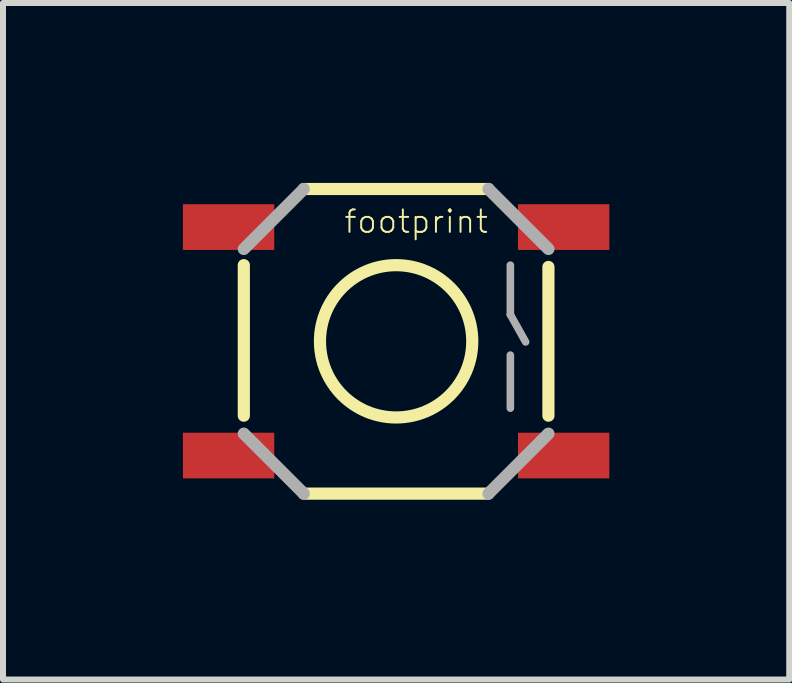
<source format=kicad_pcb>
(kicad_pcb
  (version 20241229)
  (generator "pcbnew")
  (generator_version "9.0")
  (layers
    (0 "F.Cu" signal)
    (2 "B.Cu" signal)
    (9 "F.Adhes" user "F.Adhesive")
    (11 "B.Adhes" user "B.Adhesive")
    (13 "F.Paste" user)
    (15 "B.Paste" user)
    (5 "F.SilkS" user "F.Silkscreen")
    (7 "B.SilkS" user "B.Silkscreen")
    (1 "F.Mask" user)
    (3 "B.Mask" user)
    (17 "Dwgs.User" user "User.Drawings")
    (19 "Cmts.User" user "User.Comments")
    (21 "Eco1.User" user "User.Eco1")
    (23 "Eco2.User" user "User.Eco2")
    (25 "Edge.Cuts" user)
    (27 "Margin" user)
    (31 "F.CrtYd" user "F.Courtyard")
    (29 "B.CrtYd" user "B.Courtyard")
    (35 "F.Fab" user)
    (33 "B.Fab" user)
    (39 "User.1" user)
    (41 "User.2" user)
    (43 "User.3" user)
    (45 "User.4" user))
  (footprint "footprint"
    (layer "F.Cu")
    (at 3.556 2.642)
    (property "Reference" "footprint" (at -0.889 -1.778 0) (layer "F.SilkS") (effects (font (size 0.374 0.374) (thickness 0.033)) (justify left bottom)))
    (fp_line (start -2.54 1.24) (end -2.54 -1.27) (stroke (width 0.203) (type solid)) (layer "F.SilkS"))
    (fp_line (start -1.54 -2.54) (end 1.54 -2.54) (stroke (width 0.203) (type solid)) (layer "F.SilkS"))
    (fp_line (start 1.54 2.54) (end -1.54 2.54) (stroke (width 0.203) (type solid)) (layer "F.SilkS"))
    (fp_line (start 2.54 -1.24) (end 2.54 1.24) (stroke (width 0.203) (type solid)) (layer "F.SilkS"))
    (fp_circle (center 0 0) (end 1.27 0) (stroke (width 0.203) (type solid)) (fill no) (layer "F.SilkS"))
    (fp_line (start -2.54 -1.54) (end -1.54 -2.54) (stroke (width 0.203) (type solid)) (layer "F.Fab"))
    (fp_line (start -1.54 2.54) (end -2.54 1.54) (stroke (width 0.203) (type solid)) (layer "F.Fab"))
    (fp_line (start 1.54 -2.54) (end 2.54 -1.54) (stroke (width 0.203) (type solid)) (layer "F.Fab"))
    (fp_line (start 1.905 -1.27) (end 1.905 -0.445) (stroke (width 0.127) (type solid)) (layer "F.Fab"))
    (fp_line (start 1.905 -0.445) (end 2.16 0.01) (stroke (width 0.127) (type solid)) (layer "F.Fab"))
    (fp_line (start 1.905 0.23) (end 1.905 1.115) (stroke (width 0.127) (type solid)) (layer "F.Fab"))
    (fp_line (start 2.54 1.54) (end 1.54 2.54) (stroke (width 0.203) (type solid)) (layer "F.Fab"))
    (pad "1" smd rect (at -2.794 -1.905 90) (size 0.762 1.524) (layers "F.Cu" "F.Mask" "F.Paste"))
    (pad "2" smd rect (at 2.794 -1.905 90) (size 0.762 1.524) (layers "F.Cu" "F.Mask" "F.Paste"))
    (pad "3" smd rect (at -2.794 1.905 90) (size 0.762 1.524) (layers "F.Cu" "F.Mask" "F.Paste"))
    (pad "4" smd rect (at 2.794 1.905 90) (size 0.762 1.524) (layers "F.Cu" "F.Mask" "F.Paste")))
  (gr_rect
    (start -3 -3)
    (end 10.112 8.283)
    (stroke (width 0.1) (type default))
    (fill no)
    (layer "Edge.Cuts")))
</source>
